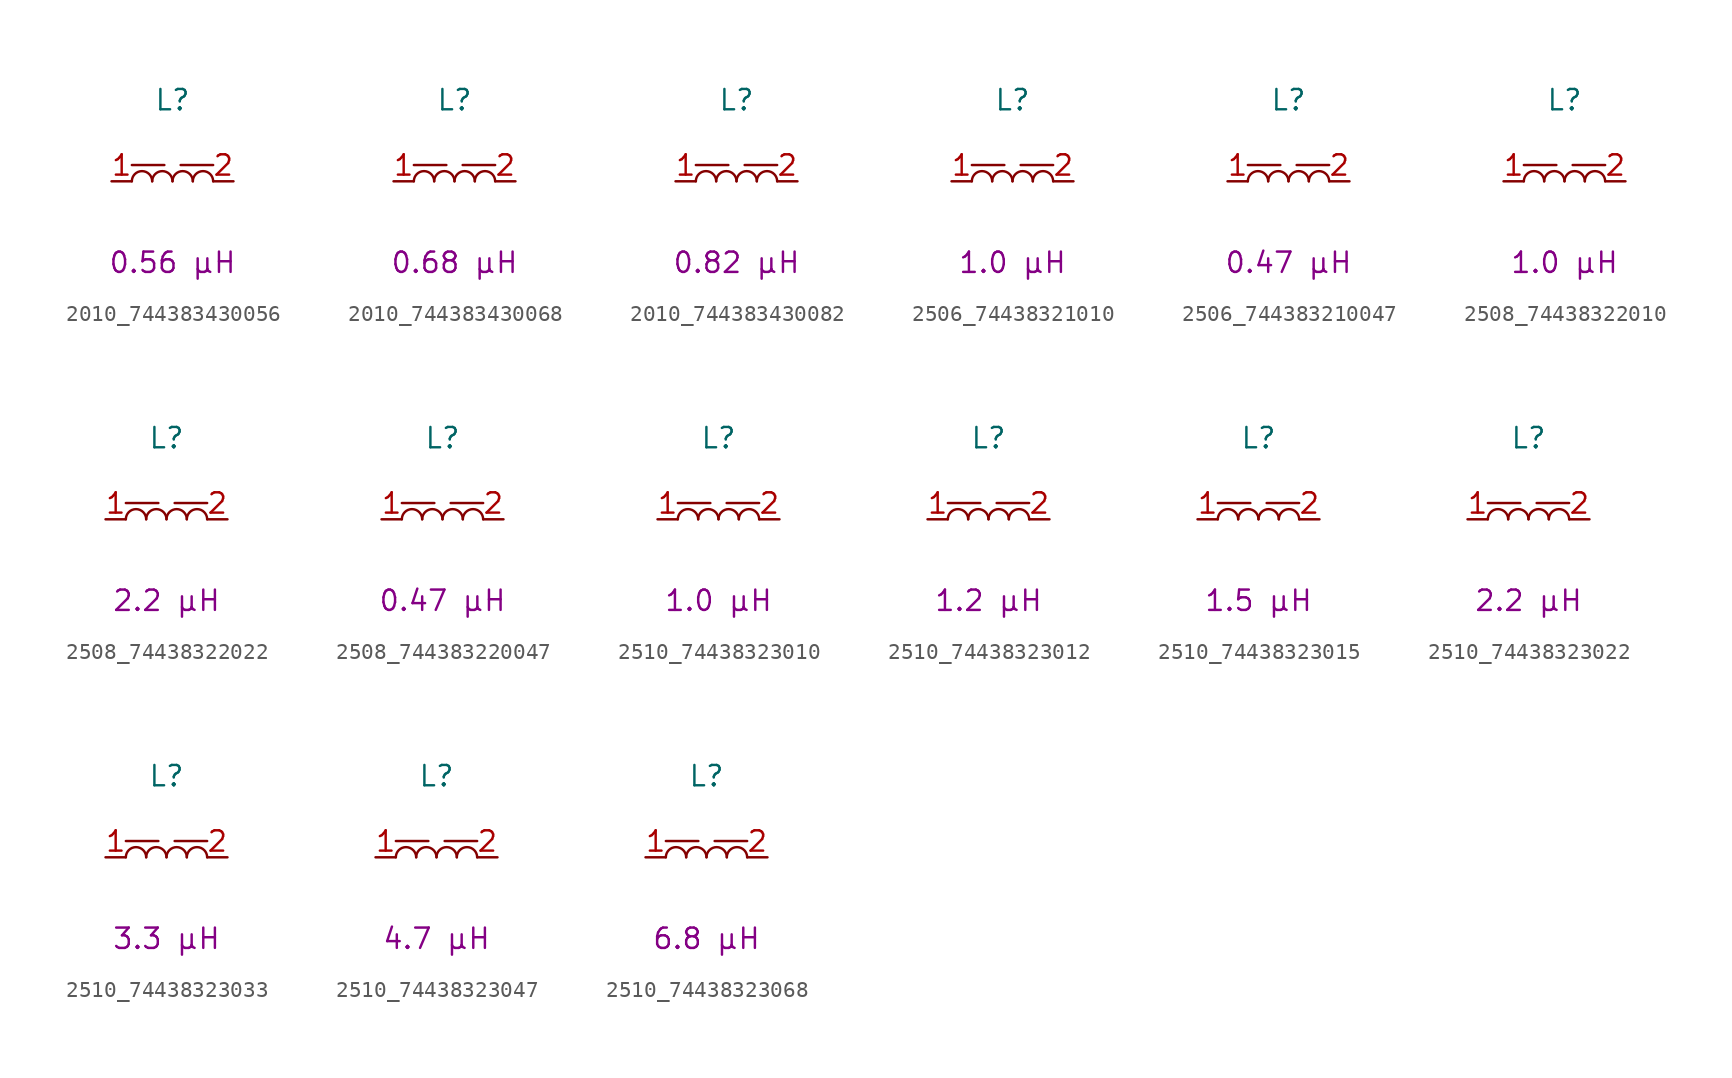
<source format=kicad_sym>
(kicad_symbol_lib
  (version 20220914)
  (generator kicad_symbol_editor)
  (symbol "2010_744383430056"
    (pin_names hide)
    (property "Reference" "L"
      (at 0 5.08 0)
      (effects (font (size 1.27 1.27))))
    (property "Critical Parameter" "0.56 µH"
      (at 0 -5.08 0)
      (effects (font (size 1.27 1.27))))
    (symbol "2010_744383430056_0_1"
      (arc (start -1.27 0) (mid -1.905 0.6323) (end -2.54 0) (stroke (width 0) (type default)) (fill (type none)))
      (arc (start 0 0) (mid -0.635 0.6323) (end -1.27 0) (stroke (width 0) (type default)) (fill (type none)))
      (polyline (pts (xy -2.54 1.016) (xy -0.508 1.016)) (stroke (width 0) (type default)) (fill (type none)))
      (arc (start 1.27 0) (mid 0.635 0.6323) (end 0 0) (stroke (width 0) (type default)) (fill (type none)))
      (arc (start 2.54 0) (mid 1.905 0.6323) (end 1.27 0) (stroke (width 0) (type default)) (fill (type none))))
    (symbol "2010_744383430056_1_1"
      (polyline (pts (xy 2.54 1.016) (xy 0.508 1.016)) (stroke (width 0) (type default)) (fill (type none)))
      (pin passive line (at -3.81 0 0) (length 1.27) (name "1" (effects (font (size 1.27 1.27)))) (number "1" (effects (font (size 1.27 1.27)))))
      (pin passive line (at 3.81 0 180) (length 1.27) (name "2" (effects (font (size 1.27 1.27)))) (number "2" (effects (font (size 1.27 1.27)))))))
  (symbol "2010_744383430068"
    (pin_names hide)
    (property "Reference" "L"
      (at 0 5.08 0)
      (effects (font (size 1.27 1.27))))
    (property "Critical Parameter" "0.68 µH"
      (at 0 -5.08 0)
      (effects (font (size 1.27 1.27))))
    (symbol "2010_744383430068_0_1"
      (arc (start -1.27 0) (mid -1.905 0.6323) (end -2.54 0) (stroke (width 0) (type default)) (fill (type none)))
      (arc (start 0 0) (mid -0.635 0.6323) (end -1.27 0) (stroke (width 0) (type default)) (fill (type none)))
      (polyline (pts (xy -2.54 1.016) (xy -0.508 1.016)) (stroke (width 0) (type default)) (fill (type none)))
      (arc (start 1.27 0) (mid 0.635 0.6323) (end 0 0) (stroke (width 0) (type default)) (fill (type none)))
      (arc (start 2.54 0) (mid 1.905 0.6323) (end 1.27 0) (stroke (width 0) (type default)) (fill (type none))))
    (symbol "2010_744383430068_1_1"
      (polyline (pts (xy 2.54 1.016) (xy 0.508 1.016)) (stroke (width 0) (type default)) (fill (type none)))
      (pin passive line (at -3.81 0 0) (length 1.27) (name "1" (effects (font (size 1.27 1.27)))) (number "1" (effects (font (size 1.27 1.27)))))
      (pin passive line (at 3.81 0 180) (length 1.27) (name "2" (effects (font (size 1.27 1.27)))) (number "2" (effects (font (size 1.27 1.27)))))))
  (symbol "2010_744383430082"
    (pin_names hide)
    (property "Reference" "L"
      (at 0 5.08 0)
      (effects (font (size 1.27 1.27))))
    (property "Critical Parameter" "0.82 µH"
      (at 0 -5.08 0)
      (effects (font (size 1.27 1.27))))
    (symbol "2010_744383430082_0_1"
      (arc (start -1.27 0) (mid -1.905 0.6323) (end -2.54 0) (stroke (width 0) (type default)) (fill (type none)))
      (arc (start 0 0) (mid -0.635 0.6323) (end -1.27 0) (stroke (width 0) (type default)) (fill (type none)))
      (polyline (pts (xy -2.54 1.016) (xy -0.508 1.016)) (stroke (width 0) (type default)) (fill (type none)))
      (arc (start 1.27 0) (mid 0.635 0.6323) (end 0 0) (stroke (width 0) (type default)) (fill (type none)))
      (arc (start 2.54 0) (mid 1.905 0.6323) (end 1.27 0) (stroke (width 0) (type default)) (fill (type none))))
    (symbol "2010_744383430082_1_1"
      (polyline (pts (xy 2.54 1.016) (xy 0.508 1.016)) (stroke (width 0) (type default)) (fill (type none)))
      (pin passive line (at -3.81 0 0) (length 1.27) (name "1" (effects (font (size 1.27 1.27)))) (number "1" (effects (font (size 1.27 1.27)))))
      (pin passive line (at 3.81 0 180) (length 1.27) (name "2" (effects (font (size 1.27 1.27)))) (number "2" (effects (font (size 1.27 1.27)))))))
  (symbol "2506_74438321010"
    (pin_names hide)
    (property "Reference" "L"
      (at 0 5.08 0)
      (effects (font (size 1.27 1.27))))
    (property "Critical Parameter" "1.0 µH"
      (at 0 -5.08 0)
      (effects (font (size 1.27 1.27))))
    (symbol "2506_74438321010_0_1"
      (arc (start -1.27 0) (mid -1.905 0.6323) (end -2.54 0) (stroke (width 0) (type default)) (fill (type none)))
      (arc (start 0 0) (mid -0.635 0.6323) (end -1.27 0) (stroke (width 0) (type default)) (fill (type none)))
      (polyline (pts (xy -2.54 1.016) (xy -0.508 1.016)) (stroke (width 0) (type default)) (fill (type none)))
      (arc (start 1.27 0) (mid 0.635 0.6323) (end 0 0) (stroke (width 0) (type default)) (fill (type none)))
      (arc (start 2.54 0) (mid 1.905 0.6323) (end 1.27 0) (stroke (width 0) (type default)) (fill (type none))))
    (symbol "2506_74438321010_1_1"
      (polyline (pts (xy 2.54 1.016) (xy 0.508 1.016)) (stroke (width 0) (type default)) (fill (type none)))
      (pin passive line (at -3.81 0 0) (length 1.27) (name "1" (effects (font (size 1.27 1.27)))) (number "1" (effects (font (size 1.27 1.27)))))
      (pin passive line (at 3.81 0 180) (length 1.27) (name "2" (effects (font (size 1.27 1.27)))) (number "2" (effects (font (size 1.27 1.27)))))))
  (symbol "2506_744383210047"
    (pin_names hide)
    (property "Reference" "L"
      (at 0 5.08 0)
      (effects (font (size 1.27 1.27))))
    (property "Critical Parameter" "0.47 µH"
      (at 0 -5.08 0)
      (effects (font (size 1.27 1.27))))
    (symbol "2506_744383210047_0_1"
      (arc (start -1.27 0) (mid -1.905 0.6323) (end -2.54 0) (stroke (width 0) (type default)) (fill (type none)))
      (arc (start 0 0) (mid -0.635 0.6323) (end -1.27 0) (stroke (width 0) (type default)) (fill (type none)))
      (polyline (pts (xy -2.54 1.016) (xy -0.508 1.016)) (stroke (width 0) (type default)) (fill (type none)))
      (arc (start 1.27 0) (mid 0.635 0.6323) (end 0 0) (stroke (width 0) (type default)) (fill (type none)))
      (arc (start 2.54 0) (mid 1.905 0.6323) (end 1.27 0) (stroke (width 0) (type default)) (fill (type none))))
    (symbol "2506_744383210047_1_1"
      (polyline (pts (xy 2.54 1.016) (xy 0.508 1.016)) (stroke (width 0) (type default)) (fill (type none)))
      (pin passive line (at -3.81 0 0) (length 1.27) (name "1" (effects (font (size 1.27 1.27)))) (number "1" (effects (font (size 1.27 1.27)))))
      (pin passive line (at 3.81 0 180) (length 1.27) (name "2" (effects (font (size 1.27 1.27)))) (number "2" (effects (font (size 1.27 1.27)))))))
  (symbol "2508_74438322010"
    (pin_names hide)
    (property "Reference" "L"
      (at 0 5.08 0)
      (effects (font (size 1.27 1.27))))
    (property "Critical Parameter" "1.0 µH"
      (at 0 -5.08 0)
      (effects (font (size 1.27 1.27))))
    (symbol "2508_74438322010_0_1"
      (arc (start -1.27 0) (mid -1.905 0.6323) (end -2.54 0) (stroke (width 0) (type default)) (fill (type none)))
      (arc (start 0 0) (mid -0.635 0.6323) (end -1.27 0) (stroke (width 0) (type default)) (fill (type none)))
      (polyline (pts (xy -2.54 1.016) (xy -0.508 1.016)) (stroke (width 0) (type default)) (fill (type none)))
      (arc (start 1.27 0) (mid 0.635 0.6323) (end 0 0) (stroke (width 0) (type default)) (fill (type none)))
      (arc (start 2.54 0) (mid 1.905 0.6323) (end 1.27 0) (stroke (width 0) (type default)) (fill (type none))))
    (symbol "2508_74438322010_1_1"
      (polyline (pts (xy 2.54 1.016) (xy 0.508 1.016)) (stroke (width 0) (type default)) (fill (type none)))
      (pin passive line (at -3.81 0 0) (length 1.27) (name "1" (effects (font (size 1.27 1.27)))) (number "1" (effects (font (size 1.27 1.27)))))
      (pin passive line (at 3.81 0 180) (length 1.27) (name "2" (effects (font (size 1.27 1.27)))) (number "2" (effects (font (size 1.27 1.27)))))))
  (symbol "2508_74438322022"
    (pin_names hide)
    (property "Reference" "L"
      (at 0 5.08 0)
      (effects (font (size 1.27 1.27))))
    (property "Critical Parameter" "2.2 µH"
      (at 0 -5.08 0)
      (effects (font (size 1.27 1.27))))
    (symbol "2508_74438322022_0_1"
      (arc (start -1.27 0) (mid -1.905 0.6323) (end -2.54 0) (stroke (width 0) (type default)) (fill (type none)))
      (arc (start 0 0) (mid -0.635 0.6323) (end -1.27 0) (stroke (width 0) (type default)) (fill (type none)))
      (polyline (pts (xy -2.54 1.016) (xy -0.508 1.016)) (stroke (width 0) (type default)) (fill (type none)))
      (arc (start 1.27 0) (mid 0.635 0.6323) (end 0 0) (stroke (width 0) (type default)) (fill (type none)))
      (arc (start 2.54 0) (mid 1.905 0.6323) (end 1.27 0) (stroke (width 0) (type default)) (fill (type none))))
    (symbol "2508_74438322022_1_1"
      (polyline (pts (xy 2.54 1.016) (xy 0.508 1.016)) (stroke (width 0) (type default)) (fill (type none)))
      (pin passive line (at -3.81 0 0) (length 1.27) (name "1" (effects (font (size 1.27 1.27)))) (number "1" (effects (font (size 1.27 1.27)))))
      (pin passive line (at 3.81 0 180) (length 1.27) (name "2" (effects (font (size 1.27 1.27)))) (number "2" (effects (font (size 1.27 1.27)))))))
  (symbol "2508_744383220047"
    (pin_names hide)
    (property "Reference" "L"
      (at 0 5.08 0)
      (effects (font (size 1.27 1.27))))
    (property "Critical Parameter" "0.47 µH"
      (at 0 -5.08 0)
      (effects (font (size 1.27 1.27))))
    (symbol "2508_744383220047_0_1"
      (arc (start -1.27 0) (mid -1.905 0.6323) (end -2.54 0) (stroke (width 0) (type default)) (fill (type none)))
      (arc (start 0 0) (mid -0.635 0.6323) (end -1.27 0) (stroke (width 0) (type default)) (fill (type none)))
      (polyline (pts (xy -2.54 1.016) (xy -0.508 1.016)) (stroke (width 0) (type default)) (fill (type none)))
      (arc (start 1.27 0) (mid 0.635 0.6323) (end 0 0) (stroke (width 0) (type default)) (fill (type none)))
      (arc (start 2.54 0) (mid 1.905 0.6323) (end 1.27 0) (stroke (width 0) (type default)) (fill (type none))))
    (symbol "2508_744383220047_1_1"
      (polyline (pts (xy 2.54 1.016) (xy 0.508 1.016)) (stroke (width 0) (type default)) (fill (type none)))
      (pin passive line (at -3.81 0 0) (length 1.27) (name "1" (effects (font (size 1.27 1.27)))) (number "1" (effects (font (size 1.27 1.27)))))
      (pin passive line (at 3.81 0 180) (length 1.27) (name "2" (effects (font (size 1.27 1.27)))) (number "2" (effects (font (size 1.27 1.27)))))))
  (symbol "2510_74438323010"
    (pin_names hide)
    (property "Reference" "L"
      (at 0 5.08 0)
      (effects (font (size 1.27 1.27))))
    (property "Critical Parameter" "1.0 µH"
      (at 0 -5.08 0)
      (effects (font (size 1.27 1.27))))
    (symbol "2510_74438323010_0_1"
      (arc (start -1.27 0) (mid -1.905 0.6323) (end -2.54 0) (stroke (width 0) (type default)) (fill (type none)))
      (arc (start 0 0) (mid -0.635 0.6323) (end -1.27 0) (stroke (width 0) (type default)) (fill (type none)))
      (polyline (pts (xy -2.54 1.016) (xy -0.508 1.016)) (stroke (width 0) (type default)) (fill (type none)))
      (arc (start 1.27 0) (mid 0.635 0.6323) (end 0 0) (stroke (width 0) (type default)) (fill (type none)))
      (arc (start 2.54 0) (mid 1.905 0.6323) (end 1.27 0) (stroke (width 0) (type default)) (fill (type none))))
    (symbol "2510_74438323010_1_1"
      (polyline (pts (xy 2.54 1.016) (xy 0.508 1.016)) (stroke (width 0) (type default)) (fill (type none)))
      (pin passive line (at -3.81 0 0) (length 1.27) (name "1" (effects (font (size 1.27 1.27)))) (number "1" (effects (font (size 1.27 1.27)))))
      (pin passive line (at 3.81 0 180) (length 1.27) (name "2" (effects (font (size 1.27 1.27)))) (number "2" (effects (font (size 1.27 1.27)))))))
  (symbol "2510_74438323012"
    (pin_names hide)
    (property "Reference" "L"
      (at 0 5.08 0)
      (effects (font (size 1.27 1.27))))
    (property "Critical Parameter" "1.2 µH"
      (at 0 -5.08 0)
      (effects (font (size 1.27 1.27))))
    (symbol "2510_74438323012_0_1"
      (arc (start -1.27 0) (mid -1.905 0.6323) (end -2.54 0) (stroke (width 0) (type default)) (fill (type none)))
      (arc (start 0 0) (mid -0.635 0.6323) (end -1.27 0) (stroke (width 0) (type default)) (fill (type none)))
      (polyline (pts (xy -2.54 1.016) (xy -0.508 1.016)) (stroke (width 0) (type default)) (fill (type none)))
      (arc (start 1.27 0) (mid 0.635 0.6323) (end 0 0) (stroke (width 0) (type default)) (fill (type none)))
      (arc (start 2.54 0) (mid 1.905 0.6323) (end 1.27 0) (stroke (width 0) (type default)) (fill (type none))))
    (symbol "2510_74438323012_1_1"
      (polyline (pts (xy 2.54 1.016) (xy 0.508 1.016)) (stroke (width 0) (type default)) (fill (type none)))
      (pin passive line (at -3.81 0 0) (length 1.27) (name "1" (effects (font (size 1.27 1.27)))) (number "1" (effects (font (size 1.27 1.27)))))
      (pin passive line (at 3.81 0 180) (length 1.27) (name "2" (effects (font (size 1.27 1.27)))) (number "2" (effects (font (size 1.27 1.27)))))))
  (symbol "2510_74438323015"
    (pin_names hide)
    (property "Reference" "L"
      (at 0 5.08 0)
      (effects (font (size 1.27 1.27))))
    (property "Critical Parameter" "1.5 µH"
      (at 0 -5.08 0)
      (effects (font (size 1.27 1.27))))
    (symbol "2510_74438323015_0_1"
      (arc (start -1.27 0) (mid -1.905 0.6323) (end -2.54 0) (stroke (width 0) (type default)) (fill (type none)))
      (arc (start 0 0) (mid -0.635 0.6323) (end -1.27 0) (stroke (width 0) (type default)) (fill (type none)))
      (polyline (pts (xy -2.54 1.016) (xy -0.508 1.016)) (stroke (width 0) (type default)) (fill (type none)))
      (arc (start 1.27 0) (mid 0.635 0.6323) (end 0 0) (stroke (width 0) (type default)) (fill (type none)))
      (arc (start 2.54 0) (mid 1.905 0.6323) (end 1.27 0) (stroke (width 0) (type default)) (fill (type none))))
    (symbol "2510_74438323015_1_1"
      (polyline (pts (xy 2.54 1.016) (xy 0.508 1.016)) (stroke (width 0) (type default)) (fill (type none)))
      (pin passive line (at -3.81 0 0) (length 1.27) (name "1" (effects (font (size 1.27 1.27)))) (number "1" (effects (font (size 1.27 1.27)))))
      (pin passive line (at 3.81 0 180) (length 1.27) (name "2" (effects (font (size 1.27 1.27)))) (number "2" (effects (font (size 1.27 1.27)))))))
  (symbol "2510_74438323022"
    (pin_names hide)
    (property "Reference" "L"
      (at 0 5.08 0)
      (effects (font (size 1.27 1.27))))
    (property "Critical Parameter" "2.2 µH"
      (at 0 -5.08 0)
      (effects (font (size 1.27 1.27))))
    (symbol "2510_74438323022_0_1"
      (arc (start -1.27 0) (mid -1.905 0.6323) (end -2.54 0) (stroke (width 0) (type default)) (fill (type none)))
      (arc (start 0 0) (mid -0.635 0.6323) (end -1.27 0) (stroke (width 0) (type default)) (fill (type none)))
      (polyline (pts (xy -2.54 1.016) (xy -0.508 1.016)) (stroke (width 0) (type default)) (fill (type none)))
      (arc (start 1.27 0) (mid 0.635 0.6323) (end 0 0) (stroke (width 0) (type default)) (fill (type none)))
      (arc (start 2.54 0) (mid 1.905 0.6323) (end 1.27 0) (stroke (width 0) (type default)) (fill (type none))))
    (symbol "2510_74438323022_1_1"
      (polyline (pts (xy 2.54 1.016) (xy 0.508 1.016)) (stroke (width 0) (type default)) (fill (type none)))
      (pin passive line (at -3.81 0 0) (length 1.27) (name "1" (effects (font (size 1.27 1.27)))) (number "1" (effects (font (size 1.27 1.27)))))
      (pin passive line (at 3.81 0 180) (length 1.27) (name "2" (effects (font (size 1.27 1.27)))) (number "2" (effects (font (size 1.27 1.27)))))))
  (symbol "2510_74438323033"
    (pin_names hide)
    (property "Reference" "L"
      (at 0 5.08 0)
      (effects (font (size 1.27 1.27))))
    (property "Critical Parameter" "3.3 µH"
      (at 0 -5.08 0)
      (effects (font (size 1.27 1.27))))
    (symbol "2510_74438323033_0_1"
      (arc (start -1.27 0) (mid -1.905 0.6323) (end -2.54 0) (stroke (width 0) (type default)) (fill (type none)))
      (arc (start 0 0) (mid -0.635 0.6323) (end -1.27 0) (stroke (width 0) (type default)) (fill (type none)))
      (polyline (pts (xy -2.54 1.016) (xy -0.508 1.016)) (stroke (width 0) (type default)) (fill (type none)))
      (arc (start 1.27 0) (mid 0.635 0.6323) (end 0 0) (stroke (width 0) (type default)) (fill (type none)))
      (arc (start 2.54 0) (mid 1.905 0.6323) (end 1.27 0) (stroke (width 0) (type default)) (fill (type none))))
    (symbol "2510_74438323033_1_1"
      (polyline (pts (xy 2.54 1.016) (xy 0.508 1.016)) (stroke (width 0) (type default)) (fill (type none)))
      (pin passive line (at -3.81 0 0) (length 1.27) (name "1" (effects (font (size 1.27 1.27)))) (number "1" (effects (font (size 1.27 1.27)))))
      (pin passive line (at 3.81 0 180) (length 1.27) (name "2" (effects (font (size 1.27 1.27)))) (number "2" (effects (font (size 1.27 1.27)))))))
  (symbol "2510_74438323047"
    (pin_names hide)
    (property "Reference" "L"
      (at 0 5.08 0)
      (effects (font (size 1.27 1.27))))
    (property "Critical Parameter" "4.7 µH"
      (at 0 -5.08 0)
      (effects (font (size 1.27 1.27))))
    (symbol "2510_74438323047_0_1"
      (arc (start -1.27 0) (mid -1.905 0.6323) (end -2.54 0) (stroke (width 0) (type default)) (fill (type none)))
      (arc (start 0 0) (mid -0.635 0.6323) (end -1.27 0) (stroke (width 0) (type default)) (fill (type none)))
      (polyline (pts (xy -2.54 1.016) (xy -0.508 1.016)) (stroke (width 0) (type default)) (fill (type none)))
      (arc (start 1.27 0) (mid 0.635 0.6323) (end 0 0) (stroke (width 0) (type default)) (fill (type none)))
      (arc (start 2.54 0) (mid 1.905 0.6323) (end 1.27 0) (stroke (width 0) (type default)) (fill (type none))))
    (symbol "2510_74438323047_1_1"
      (polyline (pts (xy 2.54 1.016) (xy 0.508 1.016)) (stroke (width 0) (type default)) (fill (type none)))
      (pin passive line (at -3.81 0 0) (length 1.27) (name "1" (effects (font (size 1.27 1.27)))) (number "1" (effects (font (size 1.27 1.27)))))
      (pin passive line (at 3.81 0 180) (length 1.27) (name "2" (effects (font (size 1.27 1.27)))) (number "2" (effects (font (size 1.27 1.27)))))))
  (symbol "2510_74438323068"
    (pin_names hide)
    (property "Reference" "L"
      (at 0 5.08 0)
      (effects (font (size 1.27 1.27))))
    (property "Critical Parameter" "6.8 µH"
      (at 0 -5.08 0)
      (effects (font (size 1.27 1.27))))
    (symbol "2510_74438323068_0_1"
      (arc (start -1.27 0) (mid -1.905 0.6323) (end -2.54 0) (stroke (width 0) (type default)) (fill (type none)))
      (arc (start 0 0) (mid -0.635 0.6323) (end -1.27 0) (stroke (width 0) (type default)) (fill (type none)))
      (polyline (pts (xy -2.54 1.016) (xy -0.508 1.016)) (stroke (width 0) (type default)) (fill (type none)))
      (arc (start 1.27 0) (mid 0.635 0.6323) (end 0 0) (stroke (width 0) (type default)) (fill (type none)))
      (arc (start 2.54 0) (mid 1.905 0.6323) (end 1.27 0) (stroke (width 0) (type default)) (fill (type none))))
    (symbol "2510_74438323068_1_1"
      (polyline (pts (xy 2.54 1.016) (xy 0.508 1.016)) (stroke (width 0) (type default)) (fill (type none)))
      (pin passive line (at -3.81 0 0) (length 1.27) (name "1" (effects (font (size 1.27 1.27)))) (number "1" (effects (font (size 1.27 1.27)))))
      (pin passive line (at 3.81 0 180) (length 1.27) (name "2" (effects (font (size 1.27 1.27)))) (number "2" (effects (font (size 1.27 1.27))))))))
</source>
